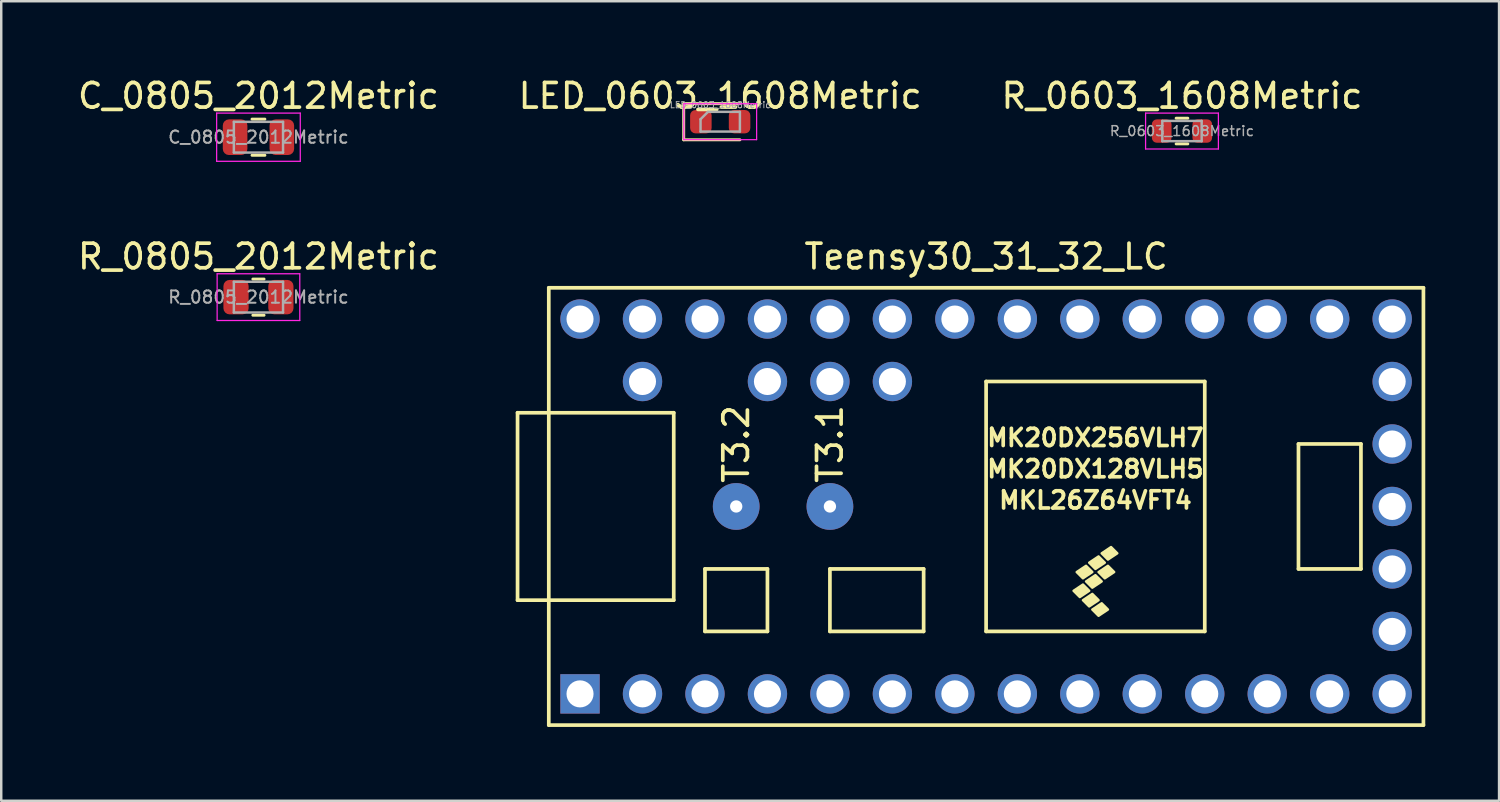
<source format=kicad_pcb>
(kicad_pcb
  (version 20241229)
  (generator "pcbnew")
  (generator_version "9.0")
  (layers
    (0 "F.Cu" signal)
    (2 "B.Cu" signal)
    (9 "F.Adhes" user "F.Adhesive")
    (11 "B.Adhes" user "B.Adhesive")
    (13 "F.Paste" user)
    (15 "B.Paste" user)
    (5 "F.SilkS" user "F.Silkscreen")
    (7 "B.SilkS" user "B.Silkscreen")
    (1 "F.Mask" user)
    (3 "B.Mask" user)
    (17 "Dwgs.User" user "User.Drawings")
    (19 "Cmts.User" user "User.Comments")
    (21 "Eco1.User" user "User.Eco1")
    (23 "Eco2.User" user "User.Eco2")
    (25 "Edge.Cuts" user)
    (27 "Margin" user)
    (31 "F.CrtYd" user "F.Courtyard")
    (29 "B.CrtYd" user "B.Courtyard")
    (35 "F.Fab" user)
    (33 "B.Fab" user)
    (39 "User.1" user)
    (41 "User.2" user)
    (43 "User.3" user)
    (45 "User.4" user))
  (footprint "R_0805_2012Metric"
    (layer "F.Cu")
    (at 7.458 9.031)
    (property "Reference" "R_0805_2012Metric" (at 0 -1.65 180) (layer "F.SilkS") (effects (font (size 1 1) (thickness 0.15))))
    (attr smd)
    (fp_line (start -0.227 -0.735) (end 0.227 -0.735) (stroke (width 0.12) (type solid)) (layer "F.SilkS"))
    (fp_line (start -0.227 0.735) (end 0.227 0.735) (stroke (width 0.12) (type solid)) (layer "F.SilkS"))
    (fp_line (start -1.68 -0.95) (end 1.68 -0.95) (stroke (width 0.05) (type solid)) (layer "F.CrtYd"))
    (fp_line (start -1.68 0.95) (end -1.68 -0.95) (stroke (width 0.05) (type solid)) (layer "F.CrtYd"))
    (fp_line (start 1.68 -0.95) (end 1.68 0.95) (stroke (width 0.05) (type solid)) (layer "F.CrtYd"))
    (fp_line (start 1.68 0.95) (end -1.68 0.95) (stroke (width 0.05) (type solid)) (layer "F.CrtYd"))
    (fp_line (start -1 -0.625) (end 1 -0.625) (stroke (width 0.1) (type solid)) (layer "F.Fab"))
    (fp_line (start -1 0.625) (end -1 -0.625) (stroke (width 0.1) (type solid)) (layer "F.Fab"))
    (fp_line (start 1 -0.625) (end 1 0.625) (stroke (width 0.1) (type solid)) (layer "F.Fab"))
    (fp_line (start 1 0.625) (end -1 0.625) (stroke (width 0.1) (type solid)) (layer "F.Fab"))
    (fp_text user "${REFERENCE}" (at 0 0 180) (layer "F.Fab") (effects (font (size 0.5 0.5) (thickness 0.08))))
    (pad "1" smd roundrect (at -0.912 0) (size 1.025 1.4) (layers "F.Cu" "F.Mask" "F.Paste") (roundrect_rratio 0.244))
    (pad "2" smd roundrect (at 0.912 0) (size 1.025 1.4) (layers "F.Cu" "F.Mask" "F.Paste") (roundrect_rratio 0.244)))
  (footprint "R_0603_1608Metric"
    (layer "F.Cu")
    (at 45.006 2.278)
    (property "Reference" "R_0603_1608Metric" (at 0 -1.43 0) (layer "F.SilkS") (effects (font (size 1 1) (thickness 0.15))))
    (attr smd)
    (fp_line (start -0.237 -0.522) (end 0.237 -0.522) (stroke (width 0.12) (type solid)) (layer "F.SilkS"))
    (fp_line (start -0.237 0.522) (end 0.237 0.522) (stroke (width 0.12) (type solid)) (layer "F.SilkS"))
    (fp_line (start -1.48 -0.73) (end 1.48 -0.73) (stroke (width 0.05) (type solid)) (layer "F.CrtYd"))
    (fp_line (start -1.48 0.73) (end -1.48 -0.73) (stroke (width 0.05) (type solid)) (layer "F.CrtYd"))
    (fp_line (start 1.48 -0.73) (end 1.48 0.73) (stroke (width 0.05) (type solid)) (layer "F.CrtYd"))
    (fp_line (start 1.48 0.73) (end -1.48 0.73) (stroke (width 0.05) (type solid)) (layer "F.CrtYd"))
    (fp_line (start -0.8 -0.412) (end 0.8 -0.412) (stroke (width 0.1) (type solid)) (layer "F.Fab"))
    (fp_line (start -0.8 0.412) (end -0.8 -0.412) (stroke (width 0.1) (type solid)) (layer "F.Fab"))
    (fp_line (start 0.8 -0.412) (end 0.8 0.412) (stroke (width 0.1) (type solid)) (layer "F.Fab"))
    (fp_line (start 0.8 0.412) (end -0.8 0.412) (stroke (width 0.1) (type solid)) (layer "F.Fab"))
    (fp_text user "${REFERENCE}" (at 0 0 0) (layer "F.Fab") (effects (font (size 0.4 0.4) (thickness 0.06))))
    (pad "1" smd roundrect (at -0.825 0) (size 0.8 0.95) (layers "F.Cu" "F.Mask" "F.Paste") (roundrect_rratio 0.25))
    (pad "2" smd roundrect (at 0.825 0) (size 0.8 0.95) (layers "F.Cu" "F.Mask" "F.Paste") (roundrect_rratio 0.25)))
  (footprint "C_0805_2012Metric"
    (layer "F.Cu")
    (at 7.458 2.528)
    (property "Reference" "C_0805_2012Metric" (at 0 -1.68 0) (layer "F.SilkS") (effects (font (size 1 1) (thickness 0.15))))
    (attr smd)
    (fp_line (start -0.261 -0.735) (end 0.261 -0.735) (stroke (width 0.12) (type solid)) (layer "F.SilkS"))
    (fp_line (start -0.261 0.735) (end 0.261 0.735) (stroke (width 0.12) (type solid)) (layer "F.SilkS"))
    (fp_line (start -1.7 -0.98) (end 1.7 -0.98) (stroke (width 0.05) (type solid)) (layer "F.CrtYd"))
    (fp_line (start -1.7 0.98) (end -1.7 -0.98) (stroke (width 0.05) (type solid)) (layer "F.CrtYd"))
    (fp_line (start 1.7 -0.98) (end 1.7 0.98) (stroke (width 0.05) (type solid)) (layer "F.CrtYd"))
    (fp_line (start 1.7 0.98) (end -1.7 0.98) (stroke (width 0.05) (type solid)) (layer "F.CrtYd"))
    (fp_line (start -1 -0.625) (end 1 -0.625) (stroke (width 0.1) (type solid)) (layer "F.Fab"))
    (fp_line (start -1 0.625) (end -1 -0.625) (stroke (width 0.1) (type solid)) (layer "F.Fab"))
    (fp_line (start 1 -0.625) (end 1 0.625) (stroke (width 0.1) (type solid)) (layer "F.Fab"))
    (fp_line (start 1 0.625) (end -1 0.625) (stroke (width 0.1) (type solid)) (layer "F.Fab"))
    (fp_text user "${REFERENCE}" (at 0 0 0) (layer "F.Fab") (effects (font (size 0.5 0.5) (thickness 0.08))))
    (pad "1" smd roundrect (at -0.95 0) (size 1 1.45) (layers "F.Cu" "F.Mask" "F.Paste") (roundrect_rratio 0.25))
    (pad "2" smd roundrect (at 0.95 0) (size 1 1.45) (layers "F.Cu" "F.Mask" "F.Paste") (roundrect_rratio 0.25)))
  (footprint "LED_0603_1608Metric"
    (layer "F.Cu")
    (at 26.232 1.898)
    (property "Reference" "LED_0603_1608Metric" (at 0 -1.05 180) (layer "F.SilkS") (effects (font (size 1 1) (thickness 0.15))))
    (attr smd)
    (fp_line (start -1.485 -0.735) (end -1.485 0.735) (stroke (width 0.12) (type solid)) (layer "F.SilkS"))
    (fp_line (start -1.485 0.735) (end 0.8 0.735) (stroke (width 0.12) (type solid)) (layer "F.SilkS"))
    (fp_line (start 0.8 -0.735) (end -1.485 -0.735) (stroke (width 0.12) (type solid)) (layer "F.SilkS"))
    (fp_line (start -1.48 -0.73) (end 1.48 -0.73) (stroke (width 0.05) (type solid)) (layer "F.CrtYd"))
    (fp_line (start -1.48 0.73) (end -1.48 -0.73) (stroke (width 0.05) (type solid)) (layer "F.CrtYd"))
    (fp_line (start 1.48 -0.73) (end 1.48 0.73) (stroke (width 0.05) (type solid)) (layer "F.CrtYd"))
    (fp_line (start 1.48 0.73) (end -1.48 0.73) (stroke (width 0.05) (type solid)) (layer "F.CrtYd"))
    (fp_line (start -0.8 -0.1) (end -0.8 0.4) (stroke (width 0.1) (type solid)) (layer "F.Fab"))
    (fp_line (start -0.8 0.4) (end 0.8 0.4) (stroke (width 0.1) (type solid)) (layer "F.Fab"))
    (fp_line (start -0.5 -0.4) (end -0.8 -0.1) (stroke (width 0.1) (type solid)) (layer "F.Fab"))
    (fp_line (start 0.8 -0.4) (end -0.5 -0.4) (stroke (width 0.1) (type solid)) (layer "F.Fab"))
    (fp_line (start 0.8 0.4) (end 0.8 -0.4) (stroke (width 0.1) (type solid)) (layer "F.Fab"))
    (fp_text user "${REFERENCE}" (at 0 -0.68 180) (layer "F.Fab") (effects (font (size 0.25 0.25) (thickness 0.04))))
    (pad "1" smd roundrect (at -0.787 0) (size 0.875 0.95) (layers "F.Cu" "F.Mask" "F.Paste") (roundrect_rratio 0.25))
    (pad "2" smd roundrect (at 0.787 0) (size 0.875 0.95) (layers "F.Cu" "F.Mask" "F.Paste") (roundrect_rratio 0.25)))
  (footprint "Teensy30_31_32_LC"
    (layer "F.Cu")
    (at 37.042 17.541)
    (property "Reference" "Teensy30_31_32_LC" (at 0 -10.16 180) (layer "F.SilkS") (effects (font (size 1 1) (thickness 0.15))))
    (attr through_hole)
    (fp_line (start -19.05 -3.81) (end -17.78 -3.81) (stroke (width 0.15) (type solid)) (layer "F.SilkS"))
    (fp_line (start -19.05 3.81) (end -19.05 -3.81) (stroke (width 0.15) (type solid)) (layer "F.SilkS"))
    (fp_line (start -17.78 -8.89) (end 17.78 -8.89) (stroke (width 0.15) (type solid)) (layer "F.SilkS"))
    (fp_line (start -17.78 3.81) (end -19.05 3.81) (stroke (width 0.15) (type solid)) (layer "F.SilkS"))
    (fp_line (start -17.78 8.89) (end -17.78 -8.89) (stroke (width 0.15) (type solid)) (layer "F.SilkS"))
    (fp_line (start -12.7 -3.81) (end -17.78 -3.81) (stroke (width 0.15) (type solid)) (layer "F.SilkS"))
    (fp_line (start -12.7 3.81) (end -17.78 3.81) (stroke (width 0.15) (type solid)) (layer "F.SilkS"))
    (fp_line (start -12.7 3.81) (end -12.7 -3.81) (stroke (width 0.15) (type solid)) (layer "F.SilkS"))
    (fp_line (start -11.43 2.54) (end -11.43 5.08) (stroke (width 0.15) (type solid)) (layer "F.SilkS"))
    (fp_line (start -11.43 5.08) (end -8.89 5.08) (stroke (width 0.15) (type solid)) (layer "F.SilkS"))
    (fp_line (start -8.89 2.54) (end -11.43 2.54) (stroke (width 0.15) (type solid)) (layer "F.SilkS"))
    (fp_line (start -8.89 5.08) (end -8.89 2.54) (stroke (width 0.15) (type solid)) (layer "F.SilkS"))
    (fp_line (start -6.35 2.54) (end -6.35 5.08) (stroke (width 0.15) (type solid)) (layer "F.SilkS"))
    (fp_line (start -6.35 5.08) (end -2.54 5.08) (stroke (width 0.15) (type solid)) (layer "F.SilkS"))
    (fp_line (start -2.54 2.54) (end -6.35 2.54) (stroke (width 0.15) (type solid)) (layer "F.SilkS"))
    (fp_line (start -2.54 5.08) (end -2.54 2.54) (stroke (width 0.15) (type solid)) (layer "F.SilkS"))
    (fp_line (start 0 -5.08) (end 0 5.08) (stroke (width 0.15) (type solid)) (layer "F.SilkS"))
    (fp_line (start 8.89 -5.08) (end 0 -5.08) (stroke (width 0.15) (type solid)) (layer "F.SilkS"))
    (fp_line (start 8.89 5.08) (end 0 5.08) (stroke (width 0.15) (type solid)) (layer "F.SilkS"))
    (fp_line (start 8.89 5.08) (end 8.89 -5.08) (stroke (width 0.15) (type solid)) (layer "F.SilkS"))
    (fp_line (start 12.7 -2.54) (end 15.24 -2.54) (stroke (width 0.15) (type solid)) (layer "F.SilkS"))
    (fp_line (start 12.7 2.54) (end 12.7 -2.54) (stroke (width 0.15) (type solid)) (layer "F.SilkS"))
    (fp_line (start 15.24 -2.54) (end 15.24 2.54) (stroke (width 0.15) (type solid)) (layer "F.SilkS"))
    (fp_line (start 15.24 2.54) (end 12.7 2.54) (stroke (width 0.15) (type solid)) (layer "F.SilkS"))
    (fp_line (start 17.78 -8.89) (end 17.78 8.89) (stroke (width 0.15) (type solid)) (layer "F.SilkS"))
    (fp_line (start 17.78 8.89) (end -17.78 8.89) (stroke (width 0.15) (type solid)) (layer "F.SilkS"))
    (fp_poly (pts (xy 3.81 3.683) (xy 3.556 3.429) (xy 3.937 3.175) (xy 4.191 3.429)) (stroke (width 0.1) (type solid)) (fill yes) (layer "F.SilkS"))
    (fp_poly (pts (xy 3.937 2.921) (xy 3.683 2.667) (xy 4.064 2.413) (xy 4.318 2.667)) (stroke (width 0.1) (type solid)) (fill yes) (layer "F.SilkS"))
    (fp_poly (pts (xy 4.191 4.064) (xy 3.937 3.81) (xy 4.318 3.556) (xy 4.572 3.81)) (stroke (width 0.1) (type solid)) (fill yes) (layer "F.SilkS"))
    (fp_poly (pts (xy 4.318 3.302) (xy 4.064 3.048) (xy 4.445 2.794) (xy 4.699 3.048)) (stroke (width 0.1) (type solid)) (fill yes) (layer "F.SilkS"))
    (fp_poly (pts (xy 4.445 2.54) (xy 4.191 2.286) (xy 4.572 2.032) (xy 4.826 2.286)) (stroke (width 0.1) (type solid)) (fill yes) (layer "F.SilkS"))
    (fp_poly (pts (xy 4.572 4.445) (xy 4.318 4.191) (xy 4.699 3.937) (xy 4.953 4.191)) (stroke (width 0.1) (type solid)) (fill yes) (layer "F.SilkS"))
    (fp_poly (pts (xy 4.826 2.921) (xy 4.572 2.667) (xy 4.953 2.413) (xy 5.207 2.667)) (stroke (width 0.1) (type solid)) (fill yes) (layer "F.SilkS"))
    (fp_poly (pts (xy 4.953 2.159) (xy 4.699 1.905) (xy 5.08 1.651) (xy 5.334 1.905)) (stroke (width 0.1) (type solid)) (fill yes) (layer "F.SilkS"))
    (fp_text user "T3.1" (at -6.35 -2.54 90) (layer "F.SilkS") (effects (font (size 1 1) (thickness 0.15))))
    (fp_text user "MK20DX256VLH7" (at 4.445 -2.794 180) (layer "F.SilkS") (effects (font (size 0.7 0.7) (thickness 0.15))))
    (fp_text user "MK20DX128VLH5" (at 4.445 -1.524 180) (layer "F.SilkS") (effects (font (size 0.7 0.7) (thickness 0.15))))
    (fp_text user "MKL26Z64VFT4" (at 4.445 -0.254 180) (layer "F.SilkS") (effects (font (size 0.7 0.7) (thickness 0.15))))
    (fp_text user "T3.2" (at -10.16 -2.54 90) (layer "F.SilkS") (effects (font (size 1 1) (thickness 0.15))))
    (pad "1" thru_hole rect (at -16.51 7.62) (size 1.6 1.6) (drill 1.1) (layers "*.Cu" "*.Mask"))
    (pad "2" thru_hole circle (at -13.97 7.62) (size 1.6 1.6) (drill 1.1) (layers "*.Cu" "*.Mask"))
    (pad "3" thru_hole circle (at -11.43 7.62) (size 1.6 1.6) (drill 1.1) (layers "*.Cu" "*.Mask"))
    (pad "4" thru_hole circle (at -8.89 7.62) (size 1.6 1.6) (drill 1.1) (layers "*.Cu" "*.Mask"))
    (pad "5" thru_hole circle (at -6.35 7.62) (size 1.6 1.6) (drill 1.1) (layers "*.Cu" "*.Mask"))
    (pad "6" thru_hole circle (at -3.81 7.62) (size 1.6 1.6) (drill 1.1) (layers "*.Cu" "*.Mask"))
    (pad "7" thru_hole circle (at -1.27 7.62) (size 1.6 1.6) (drill 1.1) (layers "*.Cu" "*.Mask"))
    (pad "8" thru_hole circle (at 1.27 7.62) (size 1.6 1.6) (drill 1.1) (layers "*.Cu" "*.Mask"))
    (pad "9" thru_hole circle (at 3.81 7.62) (size 1.6 1.6) (drill 1.1) (layers "*.Cu" "*.Mask"))
    (pad "10" thru_hole circle (at 6.35 7.62) (size 1.6 1.6) (drill 1.1) (layers "*.Cu" "*.Mask"))
    (pad "11" thru_hole circle (at 8.89 7.62) (size 1.6 1.6) (drill 1.1) (layers "*.Cu" "*.Mask"))
    (pad "12" thru_hole circle (at 11.43 7.62) (size 1.6 1.6) (drill 1.1) (layers "*.Cu" "*.Mask"))
    (pad "13" thru_hole circle (at 13.97 7.62) (size 1.6 1.6) (drill 1.1) (layers "*.Cu" "*.Mask"))
    (pad "14" thru_hole circle (at 16.51 7.62) (size 1.6 1.6) (drill 1.1) (layers "*.Cu" "*.Mask"))
    (pad "15" thru_hole circle (at 16.51 5.08) (size 1.6 1.6) (drill 1.1) (layers "*.Cu" "*.Mask"))
    (pad "16" thru_hole circle (at 16.51 2.54) (size 1.6 1.6) (drill 1.1) (layers "*.Cu" "*.Mask"))
    (pad "17" thru_hole circle (at 16.51 0) (size 1.6 1.6) (drill 1.1) (layers "*.Cu" "*.Mask"))
    (pad "18" thru_hole circle (at 16.51 -2.54) (size 1.6 1.6) (drill 1.1) (layers "*.Cu" "*.Mask"))
    (pad "19" thru_hole circle (at 16.51 -5.08) (size 1.6 1.6) (drill 1.1) (layers "*.Cu" "*.Mask"))
    (pad "20" thru_hole circle (at 16.51 -7.62) (size 1.6 1.6) (drill 1.1) (layers "*.Cu" "*.Mask"))
    (pad "21" thru_hole circle (at 13.97 -7.62) (size 1.6 1.6) (drill 1.1) (layers "*.Cu" "*.Mask"))
    (pad "22" thru_hole circle (at 11.43 -7.62) (size 1.6 1.6) (drill 1.1) (layers "*.Cu" "*.Mask"))
    (pad "23" thru_hole circle (at 8.89 -7.62) (size 1.6 1.6) (drill 1.1) (layers "*.Cu" "*.Mask"))
    (pad "24" thru_hole circle (at 6.35 -7.62) (size 1.6 1.6) (drill 1.1) (layers "*.Cu" "*.Mask"))
    (pad "25" thru_hole circle (at 3.81 -7.62) (size 1.6 1.6) (drill 1.1) (layers "*.Cu" "*.Mask"))
    (pad "26" thru_hole circle (at 1.27 -7.62) (size 1.6 1.6) (drill 1.1) (layers "*.Cu" "*.Mask"))
    (pad "27" thru_hole circle (at -1.27 -7.62) (size 1.6 1.6) (drill 1.1) (layers "*.Cu" "*.Mask"))
    (pad "28" thru_hole circle (at -3.81 -7.62) (size 1.6 1.6) (drill 1.1) (layers "*.Cu" "*.Mask"))
    (pad "29" thru_hole circle (at -6.35 -7.62) (size 1.6 1.6) (drill 1.1) (layers "*.Cu" "*.Mask"))
    (pad "30" thru_hole circle (at -8.89 -7.62) (size 1.6 1.6) (drill 1.1) (layers "*.Cu" "*.Mask"))
    (pad "31" thru_hole circle (at -11.43 -7.62) (size 1.6 1.6) (drill 1.1) (layers "*.Cu" "*.Mask"))
    (pad "32" thru_hole circle (at -13.97 -7.62) (size 1.6 1.6) (drill 1.1) (layers "*.Cu" "*.Mask"))
    (pad "33" thru_hole circle (at -16.51 -7.62) (size 1.6 1.6) (drill 1.1) (layers "*.Cu" "*.Mask"))
    (pad "34" thru_hole circle (at -13.97 -5.08) (size 1.6 1.6) (drill 1.1) (layers "*.Cu" "*.Mask"))
    (pad "35" thru_hole circle (at -8.89 -5.08) (size 1.6 1.6) (drill 1.1) (layers "*.Cu" "*.Mask"))
    (pad "36" thru_hole circle (at -6.35 -5.08) (size 1.6 1.6) (drill 1.1) (layers "*.Cu" "*.Mask"))
    (pad "37" thru_hole circle (at -3.81 -5.08) (size 1.6 1.6) (drill 1.1) (layers "*.Cu" "*.Mask"))
    (pad "52" thru_hole circle (at -10.16 0) (size 1.9 1.9) (drill 0.5) (layers "*.Cu" "*.Mask"))
    (pad "52" thru_hole circle (at -6.35 0) (size 1.9 1.9) (drill 0.5) (layers "*.Cu" "*.Mask")))
  (gr_rect
    (start -3 -3)
    (end 57.897 29.506)
    (stroke (width 0.1) (type default))
    (fill no)
    (layer "Edge.Cuts")))
</source>
